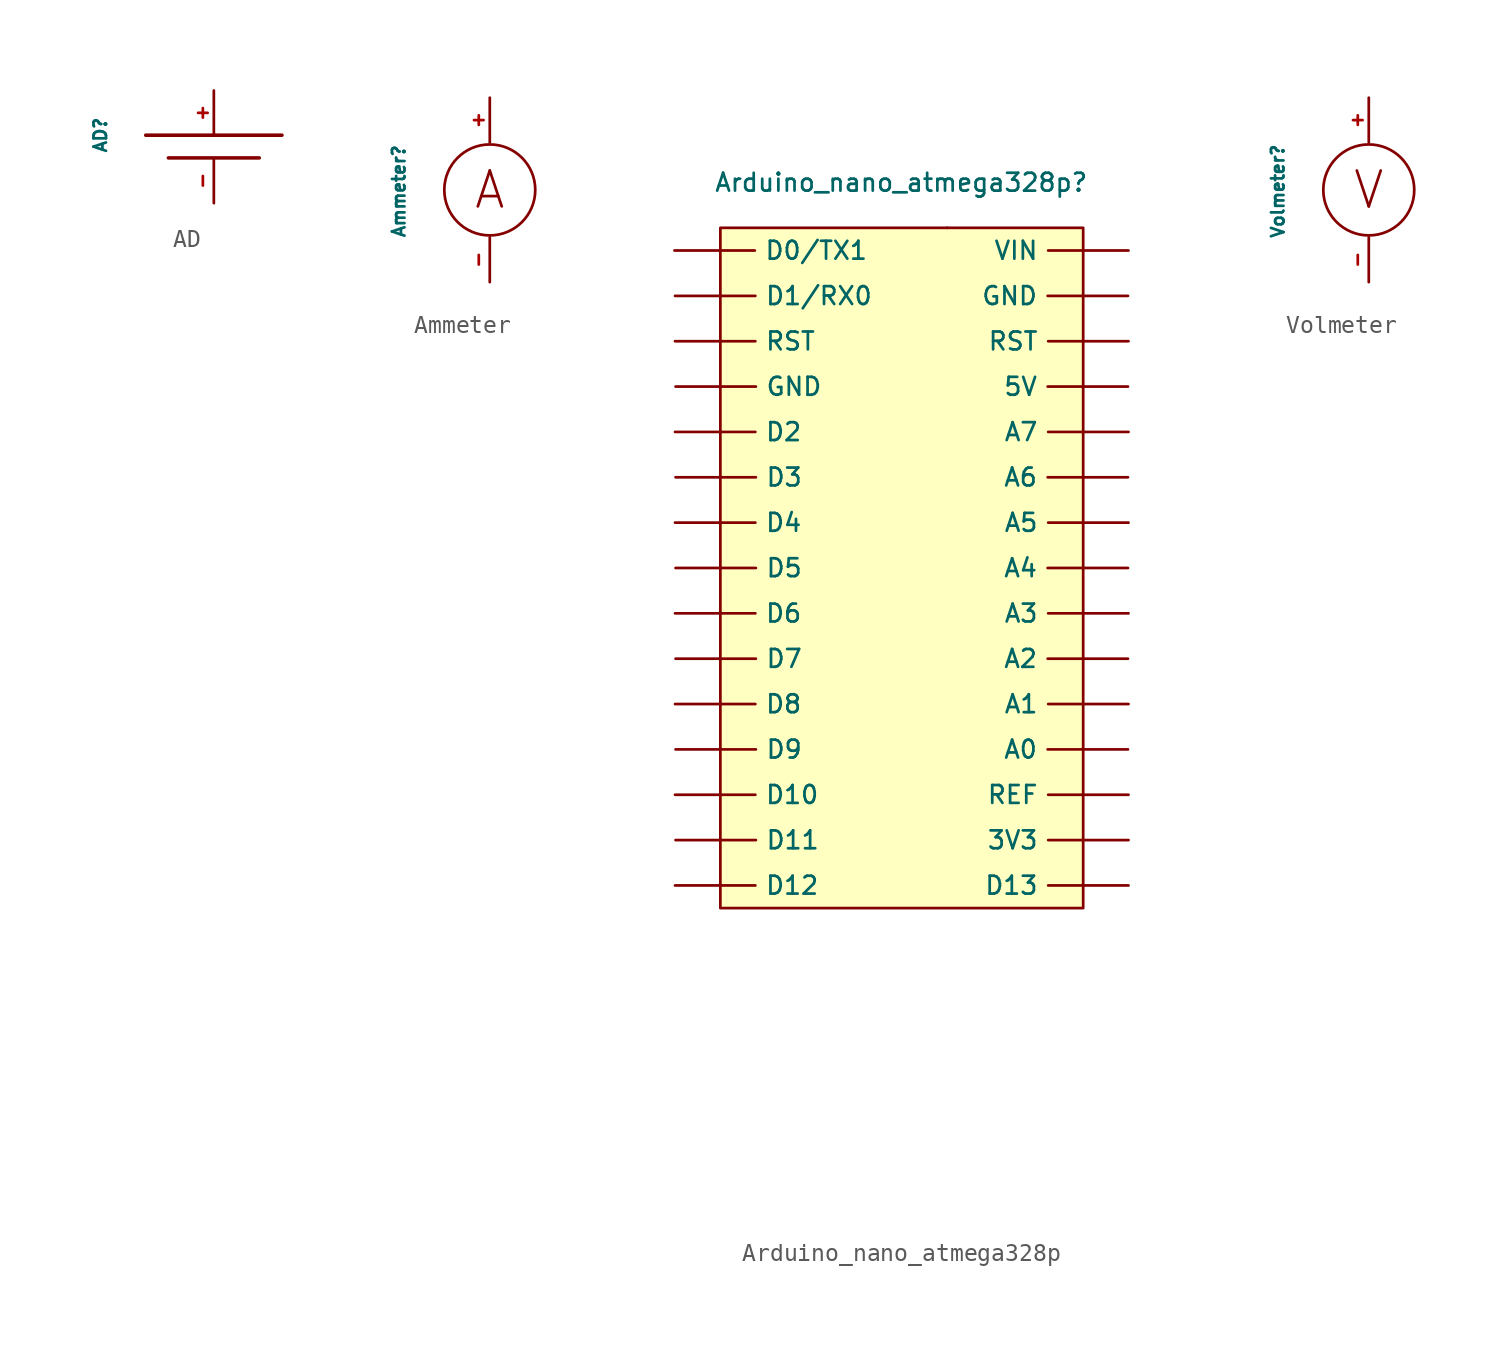
<source format=kicad_sym>
(kicad_symbol_lib
  (version 20220914)
  (generator kicad_symbol_editor)
  (symbol "AD"
    (property "Reference" "AD"
      (at -6.35 0 90)
      (effects (font (size 0.7 0.7))))
    (property "Value" ""
      (at 0 0 0)
      (effects (font (size 1.27 1.27))))
    (symbol "AD_1_1"
      (rectangle (start -3.81 -0.01) (end 3.81 -0.01) (stroke (width 0.2) (type default)) (fill (type outline)))
      (rectangle (start -2.54 -1.28) (end 2.54 -1.28) (stroke (width 0.2) (type default)) (fill (type outline)))
      (pin passive line (at 0 2.49 270) (length 2.5) (name "" (effects (font (size 0.7 0.7)))) (number "+" (effects (font (size 0.7 0.7)))))
      (pin passive line (at 0 -3.81 90) (length 2.5) (name "" (effects (font (size 0.7 0.7)))) (number "-" (effects (font (size 0.7 0.7)))))))
  (symbol "Ammeter"
    (property "Reference" "Ammeter"
      (at -5.08 0 90)
      (effects (font (size 0.7 0.7))))
    (property "Value" ""
      (at 0 0 0)
      (effects (font (size 1.27 1.27))))
    (symbol "Ammeter_0_1"
      (circle (center 0 0.07) (radius 2.54) (stroke (width 0) (type default)) (fill (type none))))
    (symbol "Ammeter_1_0"
      (text "A" (at 0 0.07 0) (effects (font (size 2 2)))))
    (symbol "Ammeter_1_1"
      (pin passive line (at 0 5.22 270) (length 2.5) (name "" (effects (font (size 0.7 0.7)))) (number "+" (effects (font (size 0.7 0.7)))))
      (pin passive line (at 0 -5.08 90) (length 2.5) (name "" (effects (font (size 0.7 0.7)))) (number "-" (effects (font (size 0.7 0.7)))))))
  (symbol "Arduino_nano_atmega328p"
    (property "Reference" "Arduino_nano_atmega328p"
      (at 0 21.59 0)
      (effects (font (size 1 1))))
    (property "Value" ""
      (at 0.03 -31.75 0)
      (effects (font (size 1.27 1.27))))
    (symbol "Arduino_nano_atmega328p_1_1"
      (rectangle (start -10.13 19.05) (end 10.19 -19.05) (stroke (width 0) (type default)) (fill (type background)))
      (rectangle (start 2.57 19.05) (end 2.57 19.05) (stroke (width 0) (type default)) (fill (type none)))
      (pin output line (at 12.73 -15.24 180) (length 4.5) (name "3V3" (effects (font (size 1 1)))) (number "" (effects (font (size 1 1)))))
      (pin output line (at 12.7 10.16 180) (length 4.5) (name "5V" (effects (font (size 1 1)))) (number "" (effects (font (size 1 1)))))
      (pin output line (at 12.7 -10.16 180) (length 4.5) (name "A0" (effects (font (size 1 1)))) (number "" (effects (font (size 1 1)))))
      (pin output line (at 12.73 -7.62 180) (length 4.5) (name "A1" (effects (font (size 1 1)))) (number "" (effects (font (size 1 1)))))
      (pin output line (at 12.7 -5.08 180) (length 4.5) (name "A2" (effects (font (size 1 1)))) (number "" (effects (font (size 1 1)))))
      (pin output line (at 12.73 -2.54 180) (length 4.5) (name "A3" (effects (font (size 1 1)))) (number "" (effects (font (size 1 1)))))
      (pin output line (at 12.7 0 180) (length 4.5) (name "A4" (effects (font (size 1 1)))) (number "" (effects (font (size 1 1)))))
      (pin input line (at 12.73 2.54 180) (length 4.5) (name "A5" (effects (font (size 1 1)))) (number "" (effects (font (size 1 1)))))
      (pin output line (at 12.7 5.08 180) (length 4.5) (name "A6" (effects (font (size 1 1)))) (number "" (effects (font (size 1 1)))))
      (pin output line (at 12.73 7.62 180) (length 4.5) (name "A7" (effects (font (size 1 1)))) (number "" (effects (font (size 1 1)))))
      (pin output line (at -12.7 17.78 0) (length 4.5) (name "D0/TX1" (effects (font (size 1 1)))) (number "" (effects (font (size 1 1)))))
      (pin output line (at -12.67 15.24 0) (length 4.5) (name "D1/RX0" (effects (font (size 1 1)))) (number "" (effects (font (size 1 1)))))
      (pin output line (at -12.67 -12.7 0) (length 4.5) (name "D10" (effects (font (size 1 1)))) (number "" (effects (font (size 1 1)))))
      (pin output line (at -12.64 -15.24 0) (length 4.5) (name "D11" (effects (font (size 1 1)))) (number "" (effects (font (size 1 1)))))
      (pin output line (at -12.67 -17.78 0) (length 4.5) (name "D12" (effects (font (size 1 1)))) (number "" (effects (font (size 1 1)))))
      (pin output line (at 12.73 -17.78 180) (length 4.5) (name "D13" (effects (font (size 1 1)))) (number "" (effects (font (size 1 1)))))
      (pin output line (at -12.67 7.62 0) (length 4.5) (name "D2" (effects (font (size 1 1)))) (number "" (effects (font (size 1 1)))))
      (pin output line (at -12.64 5.08 0) (length 4.5) (name "D3" (effects (font (size 1 1)))) (number "" (effects (font (size 1 1)))))
      (pin output line (at -12.67 2.54 0) (length 4.5) (name "D4" (effects (font (size 1 1)))) (number "" (effects (font (size 1 1)))))
      (pin output line (at -12.64 0 0) (length 4.5) (name "D5" (effects (font (size 1 1)))) (number "" (effects (font (size 1 1)))))
      (pin output line (at -12.67 -2.54 0) (length 4.5) (name "D6" (effects (font (size 1 1)))) (number "" (effects (font (size 1 1)))))
      (pin output line (at -12.64 -5.08 0) (length 4.5) (name "D7" (effects (font (size 1 1)))) (number "" (effects (font (size 1 1)))))
      (pin output line (at -12.67 -7.62 0) (length 4.5) (name "D8" (effects (font (size 1 1)))) (number "" (effects (font (size 1 1)))))
      (pin output line (at -12.64 -10.16 0) (length 4.5) (name "D9" (effects (font (size 1 1)))) (number "" (effects (font (size 1 1)))))
      (pin output line (at -12.64 10.16 0) (length 4.5) (name "GND" (effects (font (size 1 1)))) (number "" (effects (font (size 1 1)))))
      (pin output line (at 12.7 15.24 180) (length 4.5) (name "GND" (effects (font (size 1 1)))) (number "" (effects (font (size 1 1)))))
      (pin output line (at 12.73 -12.7 180) (length 4.5) (name "REF" (effects (font (size 1 1)))) (number "" (effects (font (size 1 1)))))
      (pin output line (at -12.67 12.7 0) (length 4.5) (name "RST" (effects (font (size 1 1)))) (number "" (effects (font (size 1 1)))))
      (pin output line (at 12.73 12.7 180) (length 4.5) (name "RST" (effects (font (size 1 1)))) (number "" (effects (font (size 1 1)))))
      (pin output line (at 12.73 17.78 180) (length 4.5) (name "VIN" (effects (font (size 1 1)))) (number "" (effects (font (size 1 1)))))))
  (symbol "Volmeter"
    (property "Reference" "Volmeter"
      (at -5.08 0 90)
      (effects (font (size 0.7 0.7))))
    (property "Value" ""
      (at 0 0 0)
      (effects (font (size 1.27 1.27))))
    (symbol "Volmeter_0_1"
      (circle (center 0 0.07) (radius 2.54) (stroke (width 0) (type default)) (fill (type none))))
    (symbol "Volmeter_1_0"
      (text "V\n" (at 0 0.07 0) (effects (font (size 2 2)))))
    (symbol "Volmeter_1_1"
      (pin passive line (at 0 5.22 270) (length 2.5) (name "" (effects (font (size 0.7 0.7)))) (number "+" (effects (font (size 0.7 0.7)))))
      (pin passive line (at 0 -5.08 90) (length 2.5) (name "" (effects (font (size 0.7 0.7)))) (number "-" (effects (font (size 0.7 0.7))))))))
</source>
